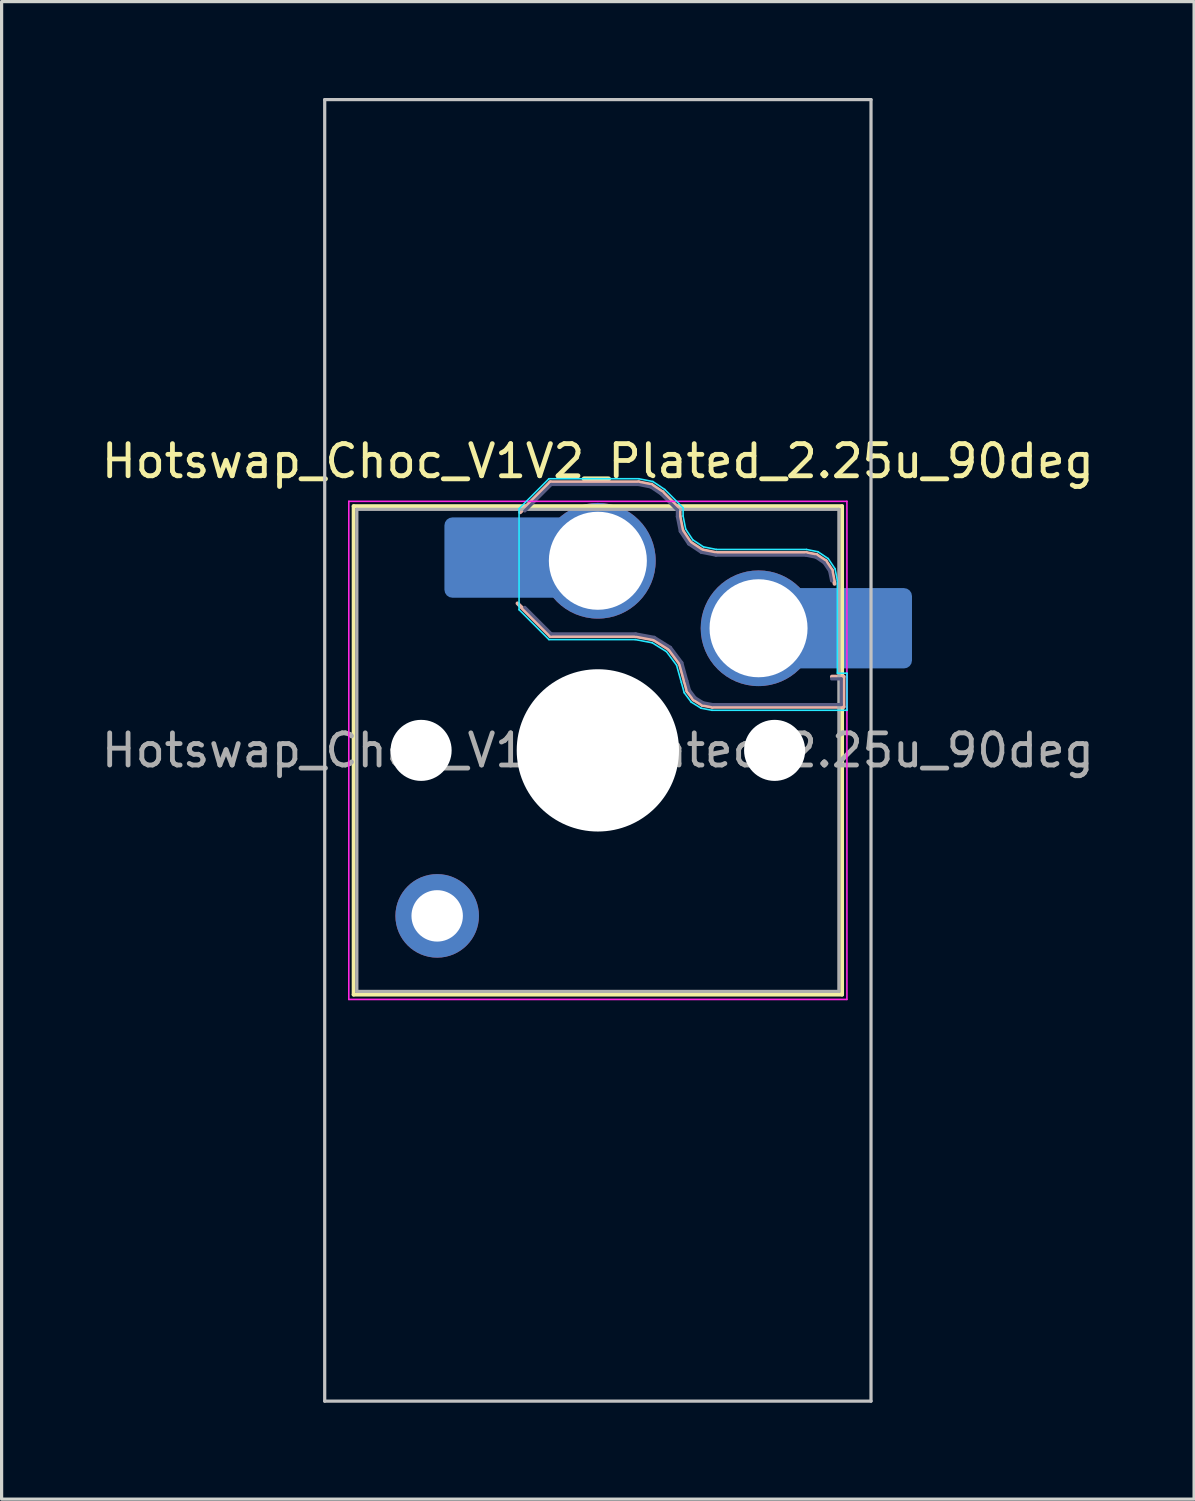
<source format=kicad_pcb>
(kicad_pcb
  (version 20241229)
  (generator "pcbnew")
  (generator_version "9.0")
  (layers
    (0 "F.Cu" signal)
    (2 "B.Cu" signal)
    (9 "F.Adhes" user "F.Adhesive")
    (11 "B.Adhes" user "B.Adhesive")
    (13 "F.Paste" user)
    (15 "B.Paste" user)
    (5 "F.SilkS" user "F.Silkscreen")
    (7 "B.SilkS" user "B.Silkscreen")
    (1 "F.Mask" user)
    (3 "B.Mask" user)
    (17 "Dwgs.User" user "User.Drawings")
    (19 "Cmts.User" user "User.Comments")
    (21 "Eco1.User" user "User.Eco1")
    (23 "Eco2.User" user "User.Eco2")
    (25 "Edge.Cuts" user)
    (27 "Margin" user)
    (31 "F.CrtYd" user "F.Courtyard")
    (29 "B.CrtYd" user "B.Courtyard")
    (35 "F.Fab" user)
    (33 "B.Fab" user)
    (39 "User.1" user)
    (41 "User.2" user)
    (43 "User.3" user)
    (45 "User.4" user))
  (footprint "Hotswap_Choc_V1V2_Plated_2.25u_90deg"
    (layer "F.Cu")
    (at 15.554 20.3)
    (property "Reference" "Hotswap_Choc_V1V2_Plated_2.25u_90deg" (at 0 -9 0) (layer "F.SilkS") (effects (font (size 1 1) (thickness 0.15))))
    (attr smd allow_soldermask_bridges)
    (fp_line (start -7.6 -7.6) (end -7.6 7.6) (stroke (width 0.12) (type solid)) (layer "F.SilkS"))
    (fp_line (start -7.6 7.6) (end 7.6 7.6) (stroke (width 0.12) (type solid)) (layer "F.SilkS"))
    (fp_line (start 7.6 -7.6) (end -7.6 -7.6) (stroke (width 0.12) (type solid)) (layer "F.SilkS"))
    (fp_line (start 7.6 7.6) (end 7.6 -7.6) (stroke (width 0.12) (type solid)) (layer "F.SilkS"))
    (fp_line (start -2.416 -7.409) (end -1.479 -8.346) (stroke (width 0.12) (type solid)) (layer "B.SilkS"))
    (fp_line (start -1.479 -8.346) (end 1.268 -8.346) (stroke (width 0.12) (type solid)) (layer "B.SilkS"))
    (fp_line (start -1.479 -3.554) (end -2.5 -4.575) (stroke (width 0.12) (type solid)) (layer "B.SilkS"))
    (fp_line (start 1.168 -3.554) (end -1.479 -3.554) (stroke (width 0.12) (type solid)) (layer "B.SilkS"))
    (fp_line (start 1.268 -8.346) (end 1.671 -8.266) (stroke (width 0.12) (type solid)) (layer "B.SilkS"))
    (fp_line (start 1.671 -8.266) (end 2.013 -8.037) (stroke (width 0.12) (type solid)) (layer "B.SilkS"))
    (fp_line (start 1.73 -3.449) (end 1.168 -3.554) (stroke (width 0.12) (type solid)) (layer "B.SilkS"))
    (fp_line (start 2.013 -8.037) (end 2.546 -7.504) (stroke (width 0.12) (type solid)) (layer "B.SilkS"))
    (fp_line (start 2.209 -3.15) (end 1.73 -3.449) (stroke (width 0.12) (type solid)) (layer "B.SilkS"))
    (fp_line (start 2.546 -7.504) (end 2.546 -7.282) (stroke (width 0.12) (type solid)) (layer "B.SilkS"))
    (fp_line (start 2.546 -7.282) (end 2.633 -6.844) (stroke (width 0.12) (type solid)) (layer "B.SilkS"))
    (fp_line (start 2.547 -2.697) (end 2.209 -3.15) (stroke (width 0.12) (type solid)) (layer "B.SilkS"))
    (fp_line (start 2.633 -6.844) (end 2.877 -6.477) (stroke (width 0.12) (type solid)) (layer "B.SilkS"))
    (fp_line (start 2.701 -2.139) (end 2.547 -2.697) (stroke (width 0.12) (type solid)) (layer "B.SilkS"))
    (fp_line (start 2.783 -1.841) (end 2.701 -2.139) (stroke (width 0.12) (type solid)) (layer "B.SilkS"))
    (fp_line (start 2.877 -6.477) (end 3.244 -6.233) (stroke (width 0.12) (type solid)) (layer "B.SilkS"))
    (fp_line (start 2.976 -1.583) (end 2.783 -1.841) (stroke (width 0.12) (type solid)) (layer "B.SilkS"))
    (fp_line (start 3.244 -6.233) (end 3.682 -6.146) (stroke (width 0.12) (type solid)) (layer "B.SilkS"))
    (fp_line (start 3.25 -1.413) (end 2.976 -1.583) (stroke (width 0.12) (type solid)) (layer "B.SilkS"))
    (fp_line (start 3.56 -1.354) (end 3.25 -1.413) (stroke (width 0.12) (type solid)) (layer "B.SilkS"))
    (fp_line (start 3.682 -6.146) (end 6.482 -6.146) (stroke (width 0.12) (type solid)) (layer "B.SilkS"))
    (fp_line (start 6.482 -6.146) (end 6.809 -6.081) (stroke (width 0.12) (type solid)) (layer "B.SilkS"))
    (fp_line (start 6.809 -6.081) (end 7.092 -5.892) (stroke (width 0.12) (type solid)) (layer "B.SilkS"))
    (fp_line (start 7.092 -5.892) (end 7.281 -5.609) (stroke (width 0.12) (type solid)) (layer "B.SilkS"))
    (fp_line (start 7.281 -5.609) (end 7.366 -5.182) (stroke (width 0.12) (type solid)) (layer "B.SilkS"))
    (fp_line (start 7.283 -2.296) (end 7.646 -2.296) (stroke (width 0.12) (type solid)) (layer "B.SilkS"))
    (fp_line (start 7.646 -2.296) (end 7.646 -1.354) (stroke (width 0.12) (type solid)) (layer "B.SilkS"))
    (fp_line (start 7.646 -1.354) (end 3.56 -1.354) (stroke (width 0.12) (type solid)) (layer "B.SilkS"))
    (fp_line (start -8.5 -20.25) (end 8.5 -20.25) (stroke (width 0.1) (type solid)) (layer "Dwgs.User"))
    (fp_line (start -8.5 20.25) (end -8.5 -20.25) (stroke (width 0.1) (type solid)) (layer "Dwgs.User"))
    (fp_line (start 8.5 -20.25) (end 8.5 20.25) (stroke (width 0.1) (type solid)) (layer "Dwgs.User"))
    (fp_line (start 8.5 20.25) (end -8.5 20.25) (stroke (width 0.1) (type solid)) (layer "Dwgs.User"))
    (fp_line (start -7.25 -7.25) (end -7.25 7.25) (stroke (width 0.1) (type solid)) (layer "Eco1.User"))
    (fp_line (start -7.25 7.25) (end 7.25 7.25) (stroke (width 0.1) (type solid)) (layer "Eco1.User"))
    (fp_line (start 7.25 -7.25) (end -7.25 -7.25) (stroke (width 0.1) (type solid)) (layer "Eco1.User"))
    (fp_line (start 7.25 7.25) (end 7.25 -7.25) (stroke (width 0.1) (type solid)) (layer "Eco1.User"))
    (fp_line (start -2.452 -7.523) (end -1.523 -8.452) (stroke (width 0.05) (type solid)) (layer "B.CrtYd"))
    (fp_line (start -2.452 -4.377) (end -2.452 -7.523) (stroke (width 0.05) (type solid)) (layer "B.CrtYd"))
    (fp_line (start -1.523 -8.452) (end 1.278 -8.452) (stroke (width 0.05) (type solid)) (layer "B.CrtYd"))
    (fp_line (start -1.523 -3.448) (end -2.452 -4.377) (stroke (width 0.05) (type solid)) (layer "B.CrtYd"))
    (fp_line (start 1.159 -3.448) (end -1.523 -3.448) (stroke (width 0.05) (type solid)) (layer "B.CrtYd"))
    (fp_line (start 1.278 -8.452) (end 1.712 -8.366) (stroke (width 0.05) (type solid)) (layer "B.CrtYd"))
    (fp_line (start 1.691 -3.348) (end 1.159 -3.448) (stroke (width 0.05) (type solid)) (layer "B.CrtYd"))
    (fp_line (start 1.712 -8.366) (end 2.081 -8.119) (stroke (width 0.05) (type solid)) (layer "B.CrtYd"))
    (fp_line (start 2.081 -8.119) (end 2.652 -7.548) (stroke (width 0.05) (type solid)) (layer "B.CrtYd"))
    (fp_line (start 2.136 -3.071) (end 1.691 -3.348) (stroke (width 0.05) (type solid)) (layer "B.CrtYd"))
    (fp_line (start 2.45 -2.65) (end 2.136 -3.071) (stroke (width 0.05) (type solid)) (layer "B.CrtYd"))
    (fp_line (start 2.599 -2.111) (end 2.45 -2.65) (stroke (width 0.05) (type solid)) (layer "B.CrtYd"))
    (fp_line (start 2.652 -7.548) (end 2.652 -7.292) (stroke (width 0.05) (type solid)) (layer "B.CrtYd"))
    (fp_line (start 2.652 -7.292) (end 2.733 -6.885) (stroke (width 0.05) (type solid)) (layer "B.CrtYd"))
    (fp_line (start 2.687 -1.794) (end 2.599 -2.111) (stroke (width 0.05) (type solid)) (layer "B.CrtYd"))
    (fp_line (start 2.733 -6.885) (end 2.953 -6.553) (stroke (width 0.05) (type solid)) (layer "B.CrtYd"))
    (fp_line (start 2.903 -1.503) (end 2.687 -1.794) (stroke (width 0.05) (type solid)) (layer "B.CrtYd"))
    (fp_line (start 2.953 -6.553) (end 3.285 -6.333) (stroke (width 0.05) (type solid)) (layer "B.CrtYd"))
    (fp_line (start 3.211 -1.312) (end 2.903 -1.503) (stroke (width 0.05) (type solid)) (layer "B.CrtYd"))
    (fp_line (start 3.285 -6.333) (end 3.692 -6.252) (stroke (width 0.05) (type solid)) (layer "B.CrtYd"))
    (fp_line (start 3.55 -1.248) (end 3.211 -1.312) (stroke (width 0.05) (type solid)) (layer "B.CrtYd"))
    (fp_line (start 3.692 -6.252) (end 6.492 -6.252) (stroke (width 0.05) (type solid)) (layer "B.CrtYd"))
    (fp_line (start 6.492 -6.252) (end 6.85 -6.181) (stroke (width 0.05) (type solid)) (layer "B.CrtYd"))
    (fp_line (start 6.85 -6.181) (end 7.168 -5.968) (stroke (width 0.05) (type solid)) (layer "B.CrtYd"))
    (fp_line (start 7.168 -5.968) (end 7.381 -5.65) (stroke (width 0.05) (type solid)) (layer "B.CrtYd"))
    (fp_line (start 7.381 -5.65) (end 7.452 -5.292) (stroke (width 0.05) (type solid)) (layer "B.CrtYd"))
    (fp_line (start 7.452 -5.292) (end 7.452 -2.402) (stroke (width 0.05) (type solid)) (layer "B.CrtYd"))
    (fp_line (start 7.452 -2.402) (end 7.752 -2.402) (stroke (width 0.05) (type solid)) (layer "B.CrtYd"))
    (fp_line (start 7.752 -2.402) (end 7.752 -1.248) (stroke (width 0.05) (type solid)) (layer "B.CrtYd"))
    (fp_line (start 7.752 -1.248) (end 3.55 -1.248) (stroke (width 0.05) (type solid)) (layer "B.CrtYd"))
    (fp_line (start -7.75 -7.75) (end -7.75 7.75) (stroke (width 0.05) (type solid)) (layer "F.CrtYd"))
    (fp_line (start -7.75 7.75) (end 7.75 7.75) (stroke (width 0.05) (type solid)) (layer "F.CrtYd"))
    (fp_line (start 7.75 -7.75) (end -7.75 -7.75) (stroke (width 0.05) (type solid)) (layer "F.CrtYd"))
    (fp_line (start 7.75 7.75) (end 7.75 -7.75) (stroke (width 0.05) (type solid)) (layer "F.CrtYd"))
    (fp_line (start -2.275 -7.45) (end -1.45 -8.275) (stroke (width 0.1) (type solid)) (layer "B.Fab"))
    (fp_line (start -1.45 -8.275) (end 1.261 -8.275) (stroke (width 0.1) (type solid)) (layer "B.Fab"))
    (fp_line (start -1.45 -3.625) (end -2.275 -4.45) (stroke (width 0.1) (type solid)) (layer "B.Fab"))
    (fp_line (start 1.175 -3.625) (end -1.45 -3.625) (stroke (width 0.1) (type solid)) (layer "B.Fab"))
    (fp_line (start 1.261 -8.275) (end 1.643 -8.199) (stroke (width 0.1) (type solid)) (layer "B.Fab"))
    (fp_line (start 1.643 -8.199) (end 1.968 -7.982) (stroke (width 0.1) (type solid)) (layer "B.Fab"))
    (fp_line (start 1.756 -3.516) (end 1.175 -3.625) (stroke (width 0.1) (type solid)) (layer "B.Fab"))
    (fp_line (start 1.968 -7.982) (end 2.475 -7.475) (stroke (width 0.1) (type solid)) (layer "B.Fab"))
    (fp_line (start 2.258 -3.203) (end 1.756 -3.516) (stroke (width 0.1) (type solid)) (layer "B.Fab"))
    (fp_line (start 2.475 -7.475) (end 2.475 -7.275) (stroke (width 0.1) (type solid)) (layer "B.Fab"))
    (fp_line (start 2.475 -7.275) (end 2.566 -6.816) (stroke (width 0.1) (type solid)) (layer "B.Fab"))
    (fp_line (start 2.566 -6.816) (end 2.826 -6.426) (stroke (width 0.1) (type solid)) (layer "B.Fab"))
    (fp_line (start 2.612 -2.729) (end 2.258 -3.203) (stroke (width 0.1) (type solid)) (layer "B.Fab"))
    (fp_line (start 2.769 -2.158) (end 2.612 -2.729) (stroke (width 0.1) (type solid)) (layer "B.Fab"))
    (fp_line (start 2.826 -6.426) (end 3.216 -6.166) (stroke (width 0.1) (type solid)) (layer "B.Fab"))
    (fp_line (start 2.848 -1.873) (end 2.769 -2.158) (stroke (width 0.1) (type solid)) (layer "B.Fab"))
    (fp_line (start 3.025 -1.636) (end 2.848 -1.873) (stroke (width 0.1) (type solid)) (layer "B.Fab"))
    (fp_line (start 3.216 -6.166) (end 3.675 -6.075) (stroke (width 0.1) (type solid)) (layer "B.Fab"))
    (fp_line (start 3.276 -1.48) (end 3.025 -1.636) (stroke (width 0.1) (type solid)) (layer "B.Fab"))
    (fp_line (start 3.567 -1.425) (end 3.276 -1.48) (stroke (width 0.1) (type solid)) (layer "B.Fab"))
    (fp_line (start 3.675 -6.075) (end 6.475 -6.075) (stroke (width 0.1) (type solid)) (layer "B.Fab"))
    (fp_line (start 6.475 -6.075) (end 6.781 -6.014) (stroke (width 0.1) (type solid)) (layer "B.Fab"))
    (fp_line (start 6.781 -6.014) (end 7.041 -5.841) (stroke (width 0.1) (type solid)) (layer "B.Fab"))
    (fp_line (start 7.041 -5.841) (end 7.214 -5.581) (stroke (width 0.1) (type solid)) (layer "B.Fab"))
    (fp_line (start 7.214 -5.581) (end 7.275 -5.275) (stroke (width 0.1) (type solid)) (layer "B.Fab"))
    (fp_line (start 7.275 -2.225) (end 7.575 -2.225) (stroke (width 0.1) (type solid)) (layer "B.Fab"))
    (fp_line (start 7.575 -2.225) (end 7.575 -1.425) (stroke (width 0.1) (type solid)) (layer "B.Fab"))
    (fp_line (start 7.575 -1.425) (end 3.567 -1.425) (stroke (width 0.1) (type solid)) (layer "B.Fab"))
    (fp_line (start -7.5 -7.5) (end -7.5 7.5) (stroke (width 0.1) (type solid)) (layer "F.Fab"))
    (fp_line (start -7.5 7.5) (end 7.5 7.5) (stroke (width 0.1) (type solid)) (layer "F.Fab"))
    (fp_line (start 7.5 -7.5) (end -7.5 -7.5) (stroke (width 0.1) (type solid)) (layer "F.Fab"))
    (fp_line (start 7.5 7.5) (end 7.5 -7.5) (stroke (width 0.1) (type solid)) (layer "F.Fab"))
    (fp_text user "${REFERENCE}" (at 0 0 0) (layer "F.Fab") (effects (font (size 1 1) (thickness 0.15))))
    (pad "" np_thru_hole circle (at -5.5 0) (size 1.9 1.9) (drill 1.9) (layers "*.Cu" "*.Mask"))
    (pad "" thru_hole circle (at -5 5.15) (size 2.6 2.6) (drill 1.6) (layers "*.Cu" "*.Mask"))
    (pad "" smd roundrect (at -3.5 -6) (size 2.55 2.5) (layers "B.Mask" "B.Paste") (roundrect_rratio 0.1))
    (pad "" np_thru_hole circle (at 0 0) (size 5.05 5.05) (drill 5.05) (layers "*.Cu" "*.Mask"))
    (pad "" np_thru_hole circle (at 5.5 0) (size 1.9 1.9) (drill 1.9) (layers "*.Cu" "*.Mask"))
    (pad "" smd roundrect (at 8.5 -3.8) (size 2.55 2.5) (layers "B.Mask" "B.Paste") (roundrect_rratio 0.1))
    (pad "1" smd roundrect (at -2.85 -6) (size 3.85 2.5) (layers "B.Cu") (roundrect_rratio 0.1))
    (pad "1" thru_hole circle (at 0 -5.9) (size 3.6 3.6) (drill 3.05) (layers "*.Cu" "*.Mask"))
    (pad "2" thru_hole circle (at 5 -3.8) (size 3.6 3.6) (drill 3.05) (layers "*.Cu" "*.Mask"))
    (pad "2" smd roundrect (at 7.85 -3.8) (size 3.85 2.5) (layers "B.Cu") (roundrect_rratio 0.1)))
  (gr_rect
    (start -3 -3)
    (end 34.107 43.6)
    (stroke (width 0.1) (type default))
    (fill no)
    (layer "Edge.Cuts")))
</source>
